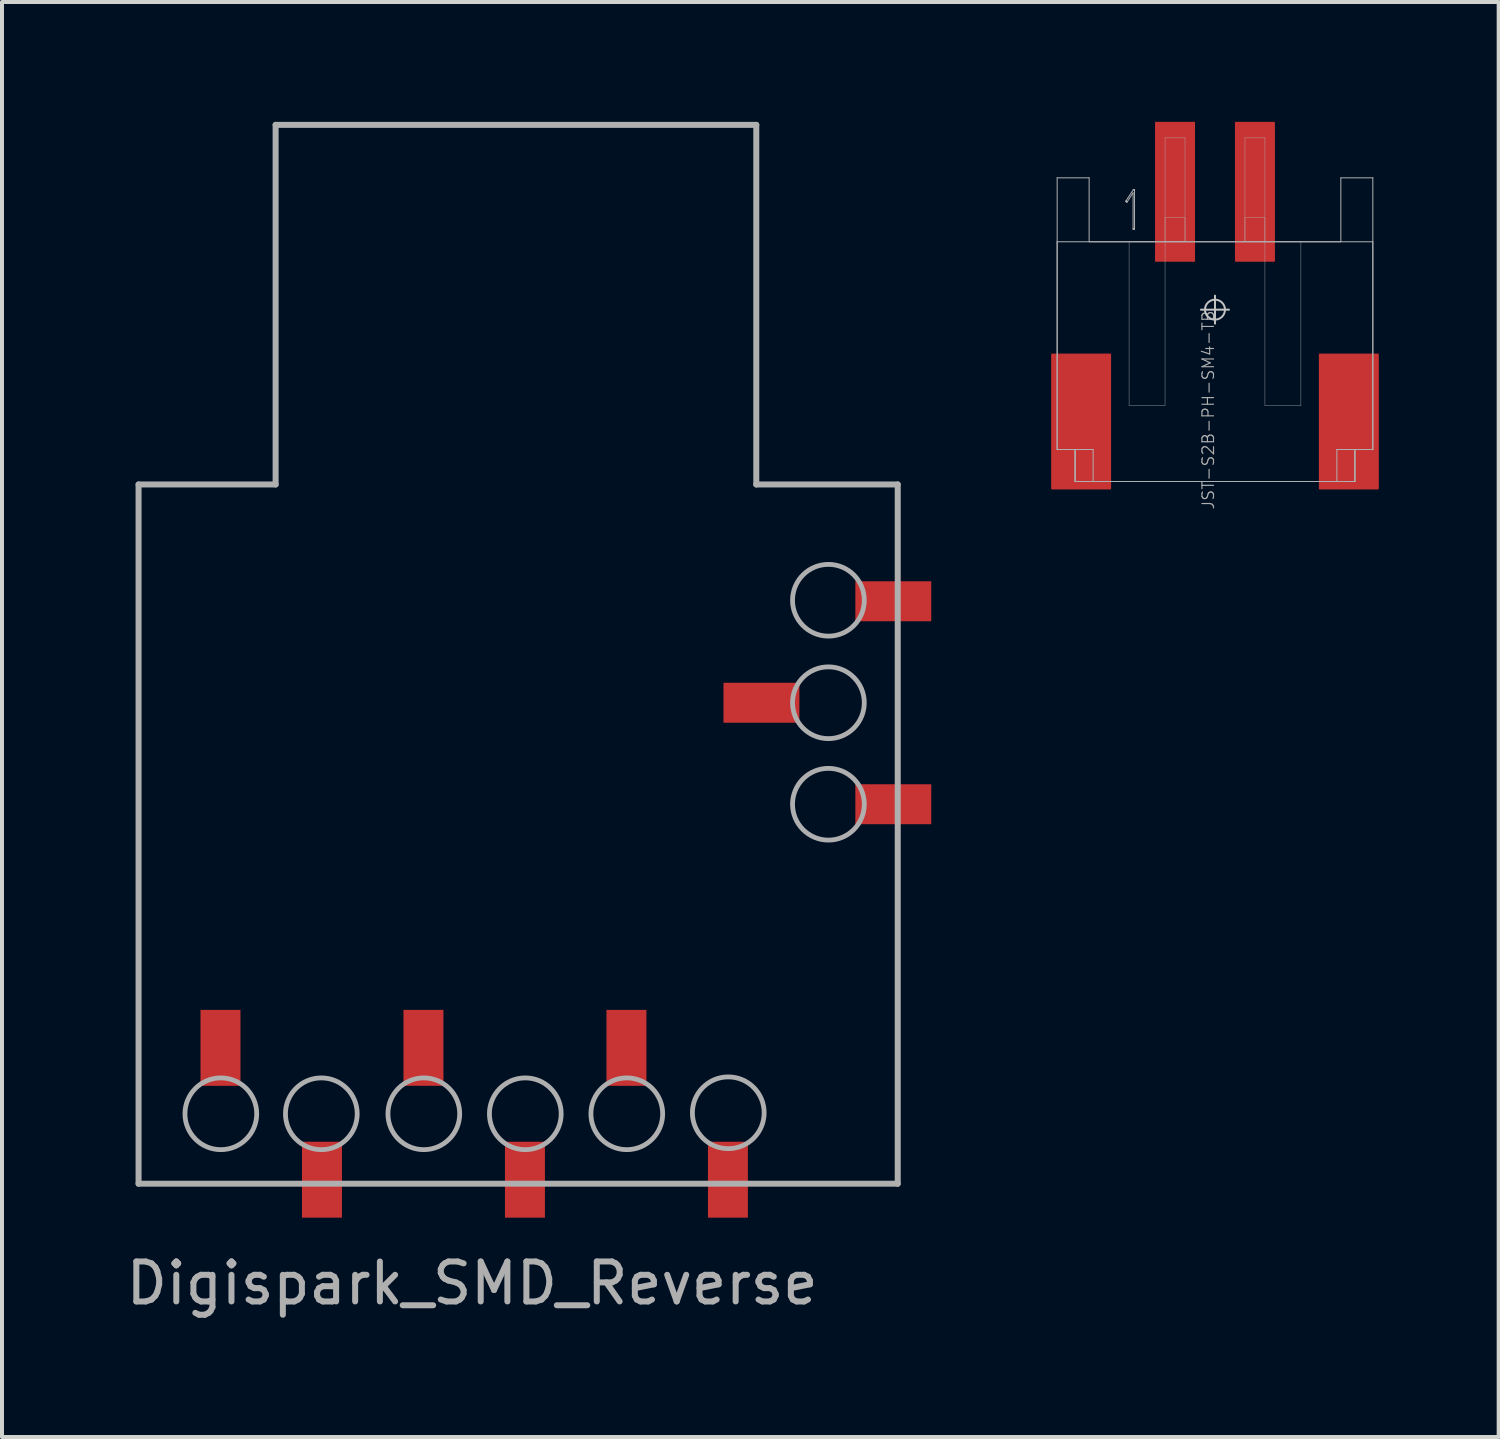
<source format=kicad_pcb>
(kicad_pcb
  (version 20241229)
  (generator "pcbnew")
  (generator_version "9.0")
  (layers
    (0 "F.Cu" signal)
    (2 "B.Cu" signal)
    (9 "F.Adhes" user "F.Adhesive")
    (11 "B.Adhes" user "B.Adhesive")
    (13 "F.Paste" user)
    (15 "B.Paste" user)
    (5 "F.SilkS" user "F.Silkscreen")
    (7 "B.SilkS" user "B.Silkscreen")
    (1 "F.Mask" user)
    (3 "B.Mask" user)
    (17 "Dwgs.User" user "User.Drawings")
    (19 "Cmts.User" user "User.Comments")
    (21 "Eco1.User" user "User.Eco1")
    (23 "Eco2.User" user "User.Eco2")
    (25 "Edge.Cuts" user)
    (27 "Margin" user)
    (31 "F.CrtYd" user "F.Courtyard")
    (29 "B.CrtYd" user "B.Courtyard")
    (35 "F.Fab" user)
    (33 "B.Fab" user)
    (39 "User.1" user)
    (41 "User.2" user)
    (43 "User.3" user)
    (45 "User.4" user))
  (footprint "JST-S2B-PH-SM4-TB"
    (layer "F.Cu")
    (at 27.358 4.7)
    (property "Reference" "JST-S2B-PH-SM4-TB" (at 0 0 270) (layer "F.Fab") (effects (font (size 0.29 0.29) (thickness 0.029)) (justify right bottom)))
    (attr through_hole)
    (fp_line (start 0 0.35) (end 0 -0.35) (stroke (width 0.05) (type solid)) (layer "Dwgs.User"))
    (fp_line (start 0.35 0) (end -0.35 0) (stroke (width 0.05) (type solid)) (layer "Dwgs.User"))
    (fp_circle (center 0 0) (end 0.25 0) (stroke (width 0.05) (type solid)) (fill no) (layer "Dwgs.User"))
    (fp_line (start -3.95 -3.3) (end -3.15 -3.3) (stroke (width 0.025) (type solid)) (layer "F.Fab"))
    (fp_line (start -3.95 -1.7) (end 3.95 -1.7) (stroke (width 0.025) (type solid)) (layer "F.Fab"))
    (fp_line (start -3.95 3.5) (end -3.95 -3.3) (stroke (width 0.025) (type solid)) (layer "F.Fab"))
    (fp_line (start -3.95 3.5) (end -3.95 -1.7) (stroke (width 0.025) (type solid)) (layer "F.Fab"))
    (fp_line (start -3.5 3.5) (end -3.95 3.5) (stroke (width 0.025) (type solid)) (layer "F.Fab"))
    (fp_line (start -3.5 3.5) (end -3.95 3.5) (stroke (width 0.025) (type solid)) (layer "F.Fab"))
    (fp_line (start -3.5 3.5) (end -3.5 4.3) (stroke (width 0.025) (type solid)) (layer "F.Fab"))
    (fp_line (start -3.5 4.3) (end -3.5 3.5) (stroke (width 0.025) (type solid)) (layer "F.Fab"))
    (fp_line (start -3.5 4.3) (end -3.5 3.5) (stroke (width 0.025) (type solid)) (layer "F.Fab"))
    (fp_line (start -3.5 4.3) (end -3.05 4.3) (stroke (width 0.025) (type solid)) (layer "F.Fab"))
    (fp_line (start -3.15 -3.3) (end -3.15 -1.7) (stroke (width 0.025) (type solid)) (layer "F.Fab"))
    (fp_line (start -3.15 -1.7) (end 3.15 -1.7) (stroke (width 0.025) (type solid)) (layer "F.Fab"))
    (fp_line (start -3.05 3.5) (end -3.5 3.5) (stroke (width 0.025) (type solid)) (layer "F.Fab"))
    (fp_line (start -3.05 4.3) (end -3.05 3.5) (stroke (width 0.025) (type solid)) (layer "F.Fab"))
    (fp_line (start -2.228 -2.717) (end -2.228 -2.71) (stroke (width 0.025) (type solid)) (layer "F.Fab"))
    (fp_line (start -2.228 -2.71) (end -2.225 -2.704) (stroke (width 0.025) (type solid)) (layer "F.Fab"))
    (fp_line (start -2.226 -2.724) (end -2.228 -2.717) (stroke (width 0.025) (type solid)) (layer "F.Fab"))
    (fp_line (start -2.225 -2.704) (end -2.22 -2.699) (stroke (width 0.025) (type solid)) (layer "F.Fab"))
    (fp_line (start -2.22 -2.699) (end -2.214 -2.695) (stroke (width 0.025) (type solid)) (layer "F.Fab"))
    (fp_line (start -2.214 -2.695) (end -2.208 -2.693) (stroke (width 0.025) (type solid)) (layer "F.Fab"))
    (fp_line (start -2.208 -2.693) (end -2.202 -2.694) (stroke (width 0.025) (type solid)) (layer "F.Fab"))
    (fp_line (start -2.202 -2.694) (end -2.197 -2.699) (stroke (width 0.025) (type solid)) (layer "F.Fab"))
    (fp_line (start -2.197 -2.699) (end -2.05 -2.924) (stroke (width 0.025) (type solid)) (layer "F.Fab"))
    (fp_line (start -2.15 -1.7) (end -2.15 2.4) (stroke (width 0.01) (type solid)) (layer "F.Fab"))
    (fp_line (start -2.15 2.4) (end -1.25 2.4) (stroke (width 0.01) (type solid)) (layer "F.Fab"))
    (fp_line (start -2.05 -2.924) (end -2.05 -2.026) (stroke (width 0.025) (type solid)) (layer "F.Fab"))
    (fp_line (start -2.05 -2.026) (end -2.049 -2.019) (stroke (width 0.025) (type solid)) (layer "F.Fab"))
    (fp_line (start -2.049 -2.019) (end -2.044 -2.013) (stroke (width 0.025) (type solid)) (layer "F.Fab"))
    (fp_line (start -2.047 -2.998) (end -2.226 -2.724) (stroke (width 0.025) (type solid)) (layer "F.Fab"))
    (fp_line (start -2.044 -2.013) (end -2.038 -2.01) (stroke (width 0.025) (type solid)) (layer "F.Fab"))
    (fp_line (start -2.043 -3.002) (end -2.047 -2.998) (stroke (width 0.025) (type solid)) (layer "F.Fab"))
    (fp_line (start -2.039 -3.004) (end -2.043 -3.002) (stroke (width 0.025) (type solid)) (layer "F.Fab"))
    (fp_line (start -2.038 -2.01) (end -2.033 -2.009) (stroke (width 0.025) (type solid)) (layer "F.Fab"))
    (fp_line (start -2.035 -3.004) (end -2.039 -3.004) (stroke (width 0.025) (type solid)) (layer "F.Fab"))
    (fp_line (start -2.033 -2.009) (end -2.026 -2.01) (stroke (width 0.025) (type solid)) (layer "F.Fab"))
    (fp_line (start -2.03 -3.002) (end -2.035 -3.004) (stroke (width 0.025) (type solid)) (layer "F.Fab"))
    (fp_line (start -2.026 -2.01) (end -2.02 -2.013) (stroke (width 0.025) (type solid)) (layer "F.Fab"))
    (fp_line (start -2.023 -3.001) (end -2.03 -3.002) (stroke (width 0.025) (type solid)) (layer "F.Fab"))
    (fp_line (start -2.02 -2.013) (end -2.015 -2.019) (stroke (width 0.025) (type solid)) (layer "F.Fab"))
    (fp_line (start -2.018 -2.998) (end -2.023 -3.001) (stroke (width 0.025) (type solid)) (layer "F.Fab"))
    (fp_line (start -2.015 -2.993) (end -2.018 -2.998) (stroke (width 0.025) (type solid)) (layer "F.Fab"))
    (fp_line (start -2.015 -2.019) (end -2.014 -2.026) (stroke (width 0.025) (type solid)) (layer "F.Fab"))
    (fp_line (start -2.014 -2.986) (end -2.015 -2.993) (stroke (width 0.025) (type solid)) (layer "F.Fab"))
    (fp_line (start -2.014 -2.026) (end -2.014 -2.986) (stroke (width 0.025) (type solid)) (layer "F.Fab"))
    (fp_line (start -1.25 -4.3) (end -1.25 -1.7) (stroke (width 0.01) (type solid)) (layer "F.Fab"))
    (fp_line (start -1.25 -2.3) (end -1.25 -1.7) (stroke (width 0.01) (type solid)) (layer "F.Fab"))
    (fp_line (start -1.25 -1.7) (end -2.15 -1.7) (stroke (width 0.01) (type solid)) (layer "F.Fab"))
    (fp_line (start -1.25 -1.7) (end -0.75 -1.7) (stroke (width 0.01) (type solid)) (layer "F.Fab"))
    (fp_line (start -1.25 -1.7) (end -0.75 -1.7) (stroke (width 0.01) (type solid)) (layer "F.Fab"))
    (fp_line (start -1.25 2.4) (end -1.25 -1.7) (stroke (width 0.01) (type solid)) (layer "F.Fab"))
    (fp_line (start -0.75 -4.3) (end -1.25 -4.3) (stroke (width 0.01) (type solid)) (layer "F.Fab"))
    (fp_line (start -0.75 -2.3) (end -1.25 -2.3) (stroke (width 0.01) (type solid)) (layer "F.Fab"))
    (fp_line (start -0.75 -1.7) (end -0.75 -4.3) (stroke (width 0.01) (type solid)) (layer "F.Fab"))
    (fp_line (start -0.75 -1.7) (end -0.75 -2.3) (stroke (width 0.01) (type solid)) (layer "F.Fab"))
    (fp_line (start 0.75 -4.3) (end 0.75 -1.7) (stroke (width 0.01) (type solid)) (layer "F.Fab"))
    (fp_line (start 0.75 -2.3) (end 0.75 -1.7) (stroke (width 0.01) (type solid)) (layer "F.Fab"))
    (fp_line (start 0.75 -1.7) (end 1.25 -1.7) (stroke (width 0.01) (type solid)) (layer "F.Fab"))
    (fp_line (start 0.75 -1.7) (end 1.25 -1.7) (stroke (width 0.01) (type solid)) (layer "F.Fab"))
    (fp_line (start 1.25 -4.3) (end 0.75 -4.3) (stroke (width 0.01) (type solid)) (layer "F.Fab"))
    (fp_line (start 1.25 -2.3) (end 0.75 -2.3) (stroke (width 0.01) (type solid)) (layer "F.Fab"))
    (fp_line (start 1.25 -1.7) (end 1.25 -4.3) (stroke (width 0.01) (type solid)) (layer "F.Fab"))
    (fp_line (start 1.25 -1.7) (end 1.25 -2.3) (stroke (width 0.01) (type solid)) (layer "F.Fab"))
    (fp_line (start 1.25 -1.7) (end 1.25 2.4) (stroke (width 0.01) (type solid)) (layer "F.Fab"))
    (fp_line (start 1.25 2.4) (end 2.15 2.4) (stroke (width 0.01) (type solid)) (layer "F.Fab"))
    (fp_line (start 2.15 -1.7) (end 1.25 -1.7) (stroke (width 0.01) (type solid)) (layer "F.Fab"))
    (fp_line (start 2.15 2.4) (end 2.15 -1.7) (stroke (width 0.01) (type solid)) (layer "F.Fab"))
    (fp_line (start 3.05 3.5) (end 3.05 4.3) (stroke (width 0.025) (type solid)) (layer "F.Fab"))
    (fp_line (start 3.05 4.3) (end 3.5 4.3) (stroke (width 0.025) (type solid)) (layer "F.Fab"))
    (fp_line (start 3.15 -3.3) (end 3.95 -3.3) (stroke (width 0.025) (type solid)) (layer "F.Fab"))
    (fp_line (start 3.15 -1.7) (end 3.15 -3.3) (stroke (width 0.025) (type solid)) (layer "F.Fab"))
    (fp_line (start 3.5 3.5) (end 3.05 3.5) (stroke (width 0.025) (type solid)) (layer "F.Fab"))
    (fp_line (start 3.5 3.5) (end 3.5 4.3) (stroke (width 0.025) (type solid)) (layer "F.Fab"))
    (fp_line (start 3.5 3.5) (end 3.5 4.3) (stroke (width 0.025) (type solid)) (layer "F.Fab"))
    (fp_line (start 3.5 4.3) (end -3.5 4.3) (stroke (width 0.025) (type solid)) (layer "F.Fab"))
    (fp_line (start 3.5 4.3) (end -3.5 4.3) (stroke (width 0.025) (type solid)) (layer "F.Fab"))
    (fp_line (start 3.5 4.3) (end 3.5 3.5) (stroke (width 0.025) (type solid)) (layer "F.Fab"))
    (fp_line (start 3.95 -3.3) (end 3.95 3.5) (stroke (width 0.025) (type solid)) (layer "F.Fab"))
    (fp_line (start 3.95 -1.7) (end 3.95 3.5) (stroke (width 0.025) (type solid)) (layer "F.Fab"))
    (fp_line (start 3.95 3.5) (end 3.5 3.5) (stroke (width 0.025) (type solid)) (layer "F.Fab"))
    (fp_line (start 3.95 3.5) (end 3.5 3.5) (stroke (width 0.025) (type solid)) (layer "F.Fab"))
    (pad "1" smd rect (at -1 -2.95) (size 1 3.5) (layers "F.Cu" "F.Mask" "F.Paste"))
    (pad "2" smd roundrect (at 1 -2.95) (size 1 3.5) (layers "F.Cu" "F.Mask" "F.Paste") (roundrect_rratio 0.015))
    (pad "3" smd roundrect (at 3.35 2.8) (size 1.5 3.4) (layers "F.Cu" "F.Mask" "F.Paste") (roundrect_rratio 0.015))
    (pad "4" smd roundrect (at -3.35 2.8) (size 1.5 3.4) (layers "F.Cu" "F.Mask" "F.Paste") (roundrect_rratio 0.015)))
  (footprint "Digispark_SMD_Reverse"
    (layer "F.Cu")
    (at 9.123 24.825)
    (property "Reference" "Digispark_SMD_Reverse" (at -0.356 4.242 0) (layer "F.Fab") (effects (font (size 1 1) (thickness 0.15))))
    (attr through_hole)
    (fp_line (start -8.705 -15.75) (end -8.705 1.75) (stroke (width 0.15) (type solid)) (layer "F.Fab"))
    (fp_line (start -5.275 -24.75) (end -5.275 -15.75) (stroke (width 0.15) (type solid)) (layer "F.Fab"))
    (fp_line (start -5.275 -24.75) (end 6.755 -24.75) (stroke (width 0.15) (type solid)) (layer "F.Fab"))
    (fp_line (start -5.275 -15.75) (end -8.705 -15.75) (stroke (width 0.15) (type solid)) (layer "F.Fab"))
    (fp_line (start 6.755 -24.75) (end 6.755 -15.75) (stroke (width 0.15) (type solid)) (layer "F.Fab"))
    (fp_line (start 6.755 -15.75) (end 10.295 -15.75) (stroke (width 0.15) (type solid)) (layer "F.Fab"))
    (fp_line (start 10.295 -15.75) (end 10.295 1.75) (stroke (width 0.15) (type solid)) (layer "F.Fab"))
    (fp_line (start 10.295 1.75) (end -8.705 1.75) (stroke (width 0.15) (type solid)) (layer "F.Fab"))
    (fp_circle (center -6.646 0) (end -7.544 0) (stroke (width 0.12) (type solid)) (fill no) (layer "F.Fab"))
    (fp_circle (center -4.131 0) (end -5.029 0) (stroke (width 0.12) (type solid)) (fill no) (layer "F.Fab"))
    (fp_circle (center -1.566 0) (end -2.464 0) (stroke (width 0.12) (type solid)) (fill no) (layer "F.Fab"))
    (fp_circle (center 0.974 0) (end 0.076 0) (stroke (width 0.12) (type solid)) (fill no) (layer "F.Fab"))
    (fp_circle (center 3.514 0) (end 2.616 0) (stroke (width 0.12) (type solid)) (fill no) (layer "F.Fab"))
    (fp_circle (center 6.054 -0.025) (end 5.156 -0.025) (stroke (width 0.12) (type solid)) (fill no) (layer "F.Fab"))
    (fp_circle (center 8.56 -12.852) (end 7.662 -12.852) (stroke (width 0.12) (type solid)) (fill no) (layer "F.Fab"))
    (fp_circle (center 8.56 -10.287) (end 7.662 -10.287) (stroke (width 0.12) (type solid)) (fill no) (layer "F.Fab"))
    (fp_circle (center 8.56 -7.747) (end 7.662 -7.747) (stroke (width 0.12) (type solid)) (fill no) (layer "F.Fab"))
    (pad "1" smd rect (at 6.045 1.65 90) (size 1.9 1) (layers "F.Cu" "F.Mask" "F.Paste"))
    (pad "2" smd rect (at 3.505 -1.65 90) (size 1.9 1) (layers "F.Cu" "F.Mask" "F.Paste"))
    (pad "3" smd rect (at 0.965 1.65 90) (size 1.9 1) (layers "F.Cu" "F.Mask" "F.Paste"))
    (pad "4" smd rect (at -1.575 -1.65 90) (size 1.9 1) (layers "F.Cu" "F.Mask" "F.Paste"))
    (pad "5" smd rect (at -4.115 1.65 90) (size 1.9 1) (layers "F.Cu" "F.Mask" "F.Paste"))
    (pad "6" smd rect (at -6.655 -1.65 90) (size 1.9 1) (layers "F.Cu" "F.Mask" "F.Paste"))
    (pad "7" smd rect (at 10.184 -7.747) (size 1.9 1) (layers "F.Cu" "F.Mask" "F.Paste"))
    (pad "8" smd rect (at 6.884 -10.287) (size 1.9 1) (layers "F.Cu" "F.Mask" "F.Paste"))
    (pad "9" smd rect (at 10.184 -12.827) (size 1.9 1) (layers "F.Cu" "F.Mask" "F.Paste")))
  (gr_rect
    (start -3 -3)
    (end 34.458 32.915)
    (stroke (width 0.1) (type default))
    (fill no)
    (layer "Edge.Cuts")))
</source>
